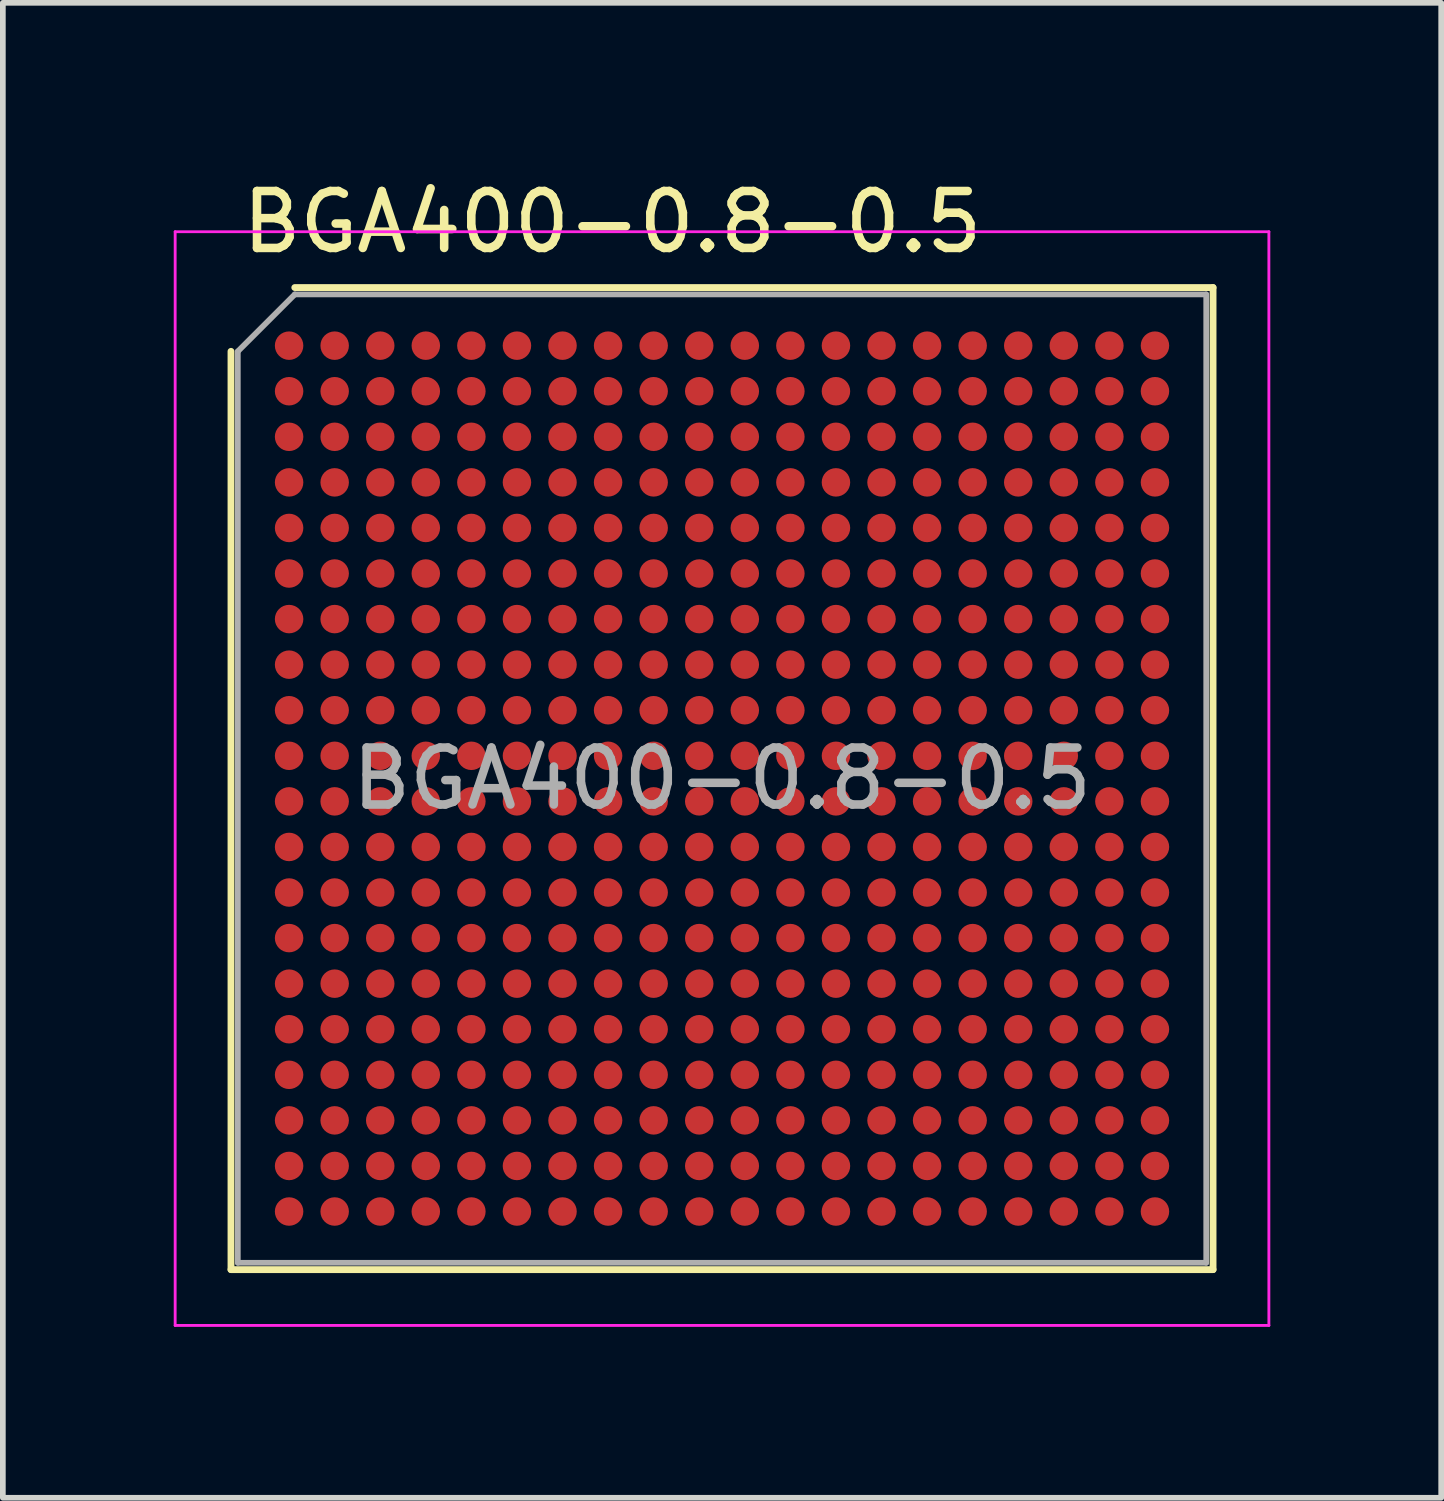
<source format=kicad_pcb>
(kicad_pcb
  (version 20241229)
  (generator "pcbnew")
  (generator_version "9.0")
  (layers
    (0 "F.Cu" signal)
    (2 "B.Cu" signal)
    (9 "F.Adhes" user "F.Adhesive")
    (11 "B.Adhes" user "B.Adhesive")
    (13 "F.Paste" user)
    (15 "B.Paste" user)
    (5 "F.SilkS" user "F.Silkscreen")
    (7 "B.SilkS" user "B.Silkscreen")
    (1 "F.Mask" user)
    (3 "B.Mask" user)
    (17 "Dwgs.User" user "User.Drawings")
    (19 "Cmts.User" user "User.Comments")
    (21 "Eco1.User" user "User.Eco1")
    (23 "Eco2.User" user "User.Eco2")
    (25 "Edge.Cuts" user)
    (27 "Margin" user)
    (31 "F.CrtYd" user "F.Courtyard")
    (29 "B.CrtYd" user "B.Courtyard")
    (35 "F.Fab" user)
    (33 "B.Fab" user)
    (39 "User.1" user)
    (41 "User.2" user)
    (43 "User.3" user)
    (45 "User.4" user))
  (footprint "BGA400-0.8-0.5"
    (layer "F.Cu")
    (at 9.625 10.618)
    (property "Reference" "BGA400-0.8-0.5" (at -8.5 -9.77 0) (layer "F.SilkS") (effects (font (size 1 1) (thickness 0.15)) (justify left)))
    (attr smd)
    (fp_line (start -8.62 -7.5) (end -8.62 8.62) (stroke (width 0.12) (type solid)) (layer "F.SilkS"))
    (fp_line (start -7.5 -8.62) (end 8.62 -8.62) (stroke (width 0.12) (type solid)) (layer "F.SilkS"))
    (fp_line (start 8.62 8.62) (end -8.62 8.62) (stroke (width 0.12) (type solid)) (layer "F.SilkS"))
    (fp_line (start 8.62 8.62) (end 8.62 -8.62) (stroke (width 0.12) (type solid)) (layer "F.SilkS"))
    (fp_line (start -9.6 -9.6) (end -9.6 9.6) (stroke (width 0.05) (type solid)) (layer "F.CrtYd"))
    (fp_line (start -9.6 -9.6) (end 9.6 -9.6) (stroke (width 0.05) (type solid)) (layer "F.CrtYd"))
    (fp_line (start 9.6 9.6) (end -9.6 9.6) (stroke (width 0.05) (type solid)) (layer "F.CrtYd"))
    (fp_line (start 9.6 9.6) (end 9.6 -9.6) (stroke (width 0.05) (type solid)) (layer "F.CrtYd"))
    (fp_line (start -8.5 -7.5) (end -8.5 8.5) (stroke (width 0.1) (type solid)) (layer "F.Fab"))
    (fp_line (start -7.5 -8.5) (end -8.5 -7.5) (stroke (width 0.1) (type solid)) (layer "F.Fab"))
    (fp_line (start -7.5 -8.5) (end 8.5 -8.5) (stroke (width 0.1) (type solid)) (layer "F.Fab"))
    (fp_line (start 8.5 8.5) (end -8.5 8.5) (stroke (width 0.1) (type solid)) (layer "F.Fab"))
    (fp_line (start 8.5 8.5) (end 8.5 -8.5) (stroke (width 0.1) (type solid)) (layer "F.Fab"))
    (fp_text user "${REFERENCE}" (at 0 0 0) (layer "F.Fab") (effects (font (size 1 1) (thickness 0.15))))
    (pad "A1" smd circle (at -7.6 -7.6) (size 0.5 0.5) (layers "F.Cu" "F.Mask" "F.Paste"))
    (pad "A2" smd circle (at -6.8 -7.6) (size 0.5 0.5) (layers "F.Cu" "F.Mask" "F.Paste"))
    (pad "A3" smd circle (at -6 -7.6) (size 0.5 0.5) (layers "F.Cu" "F.Mask" "F.Paste"))
    (pad "A4" smd circle (at -5.2 -7.6) (size 0.5 0.5) (layers "F.Cu" "F.Mask" "F.Paste"))
    (pad "A5" smd circle (at -4.4 -7.6) (size 0.5 0.5) (layers "F.Cu" "F.Mask" "F.Paste"))
    (pad "A6" smd circle (at -3.6 -7.6) (size 0.5 0.5) (layers "F.Cu" "F.Mask" "F.Paste"))
    (pad "A7" smd circle (at -2.8 -7.6) (size 0.5 0.5) (layers "F.Cu" "F.Mask" "F.Paste"))
    (pad "A8" smd circle (at -2 -7.6) (size 0.5 0.5) (layers "F.Cu" "F.Mask" "F.Paste"))
    (pad "A9" smd circle (at -1.2 -7.6) (size 0.5 0.5) (layers "F.Cu" "F.Mask" "F.Paste"))
    (pad "A10" smd circle (at -0.4 -7.6) (size 0.5 0.5) (layers "F.Cu" "F.Mask" "F.Paste"))
    (pad "A11" smd circle (at 0.4 -7.6) (size 0.5 0.5) (layers "F.Cu" "F.Mask" "F.Paste"))
    (pad "A12" smd circle (at 1.2 -7.6) (size 0.5 0.5) (layers "F.Cu" "F.Mask" "F.Paste"))
    (pad "A13" smd circle (at 2 -7.6) (size 0.5 0.5) (layers "F.Cu" "F.Mask" "F.Paste"))
    (pad "A14" smd circle (at 2.8 -7.6) (size 0.5 0.5) (layers "F.Cu" "F.Mask" "F.Paste"))
    (pad "A15" smd circle (at 3.6 -7.6) (size 0.5 0.5) (layers "F.Cu" "F.Mask" "F.Paste"))
    (pad "A16" smd circle (at 4.4 -7.6) (size 0.5 0.5) (layers "F.Cu" "F.Mask" "F.Paste"))
    (pad "A17" smd circle (at 5.2 -7.6) (size 0.5 0.5) (layers "F.Cu" "F.Mask" "F.Paste"))
    (pad "A18" smd circle (at 6 -7.6) (size 0.5 0.5) (layers "F.Cu" "F.Mask" "F.Paste"))
    (pad "A19" smd circle (at 6.8 -7.6) (size 0.5 0.5) (layers "F.Cu" "F.Mask" "F.Paste"))
    (pad "A20" smd circle (at 7.6 -7.6) (size 0.5 0.5) (layers "F.Cu" "F.Mask" "F.Paste"))
    (pad "B1" smd circle (at -7.6 -6.8) (size 0.5 0.5) (layers "F.Cu" "F.Mask" "F.Paste"))
    (pad "B2" smd circle (at -6.8 -6.8) (size 0.5 0.5) (layers "F.Cu" "F.Mask" "F.Paste"))
    (pad "B3" smd circle (at -6 -6.8) (size 0.5 0.5) (layers "F.Cu" "F.Mask" "F.Paste"))
    (pad "B4" smd circle (at -5.2 -6.8) (size 0.5 0.5) (layers "F.Cu" "F.Mask" "F.Paste"))
    (pad "B5" smd circle (at -4.4 -6.8) (size 0.5 0.5) (layers "F.Cu" "F.Mask" "F.Paste"))
    (pad "B6" smd circle (at -3.6 -6.8) (size 0.5 0.5) (layers "F.Cu" "F.Mask" "F.Paste"))
    (pad "B7" smd circle (at -2.8 -6.8) (size 0.5 0.5) (layers "F.Cu" "F.Mask" "F.Paste"))
    (pad "B8" smd circle (at -2 -6.8) (size 0.5 0.5) (layers "F.Cu" "F.Mask" "F.Paste"))
    (pad "B9" smd circle (at -1.2 -6.8) (size 0.5 0.5) (layers "F.Cu" "F.Mask" "F.Paste"))
    (pad "B10" smd circle (at -0.4 -6.8) (size 0.5 0.5) (layers "F.Cu" "F.Mask" "F.Paste"))
    (pad "B11" smd circle (at 0.4 -6.8) (size 0.5 0.5) (layers "F.Cu" "F.Mask" "F.Paste"))
    (pad "B12" smd circle (at 1.2 -6.8) (size 0.5 0.5) (layers "F.Cu" "F.Mask" "F.Paste"))
    (pad "B13" smd circle (at 2 -6.8) (size 0.5 0.5) (layers "F.Cu" "F.Mask" "F.Paste"))
    (pad "B14" smd circle (at 2.8 -6.8) (size 0.5 0.5) (layers "F.Cu" "F.Mask" "F.Paste"))
    (pad "B15" smd circle (at 3.6 -6.8) (size 0.5 0.5) (layers "F.Cu" "F.Mask" "F.Paste"))
    (pad "B16" smd circle (at 4.4 -6.8) (size 0.5 0.5) (layers "F.Cu" "F.Mask" "F.Paste"))
    (pad "B17" smd circle (at 5.2 -6.8) (size 0.5 0.5) (layers "F.Cu" "F.Mask" "F.Paste"))
    (pad "B18" smd circle (at 6 -6.8) (size 0.5 0.5) (layers "F.Cu" "F.Mask" "F.Paste"))
    (pad "B19" smd circle (at 6.8 -6.8) (size 0.5 0.5) (layers "F.Cu" "F.Mask" "F.Paste"))
    (pad "B20" smd circle (at 7.6 -6.8) (size 0.5 0.5) (layers "F.Cu" "F.Mask" "F.Paste"))
    (pad "C1" smd circle (at -7.6 -6) (size 0.5 0.5) (layers "F.Cu" "F.Mask" "F.Paste"))
    (pad "C2" smd circle (at -6.8 -6) (size 0.5 0.5) (layers "F.Cu" "F.Mask" "F.Paste"))
    (pad "C3" smd circle (at -6 -6) (size 0.5 0.5) (layers "F.Cu" "F.Mask" "F.Paste"))
    (pad "C4" smd circle (at -5.2 -6) (size 0.5 0.5) (layers "F.Cu" "F.Mask" "F.Paste"))
    (pad "C5" smd circle (at -4.4 -6) (size 0.5 0.5) (layers "F.Cu" "F.Mask" "F.Paste"))
    (pad "C6" smd circle (at -3.6 -6) (size 0.5 0.5) (layers "F.Cu" "F.Mask" "F.Paste"))
    (pad "C7" smd circle (at -2.8 -6) (size 0.5 0.5) (layers "F.Cu" "F.Mask" "F.Paste"))
    (pad "C8" smd circle (at -2 -6) (size 0.5 0.5) (layers "F.Cu" "F.Mask" "F.Paste"))
    (pad "C9" smd circle (at -1.2 -6) (size 0.5 0.5) (layers "F.Cu" "F.Mask" "F.Paste"))
    (pad "C10" smd circle (at -0.4 -6) (size 0.5 0.5) (layers "F.Cu" "F.Mask" "F.Paste"))
    (pad "C11" smd circle (at 0.4 -6) (size 0.5 0.5) (layers "F.Cu" "F.Mask" "F.Paste"))
    (pad "C12" smd circle (at 1.2 -6) (size 0.5 0.5) (layers "F.Cu" "F.Mask" "F.Paste"))
    (pad "C13" smd circle (at 2 -6) (size 0.5 0.5) (layers "F.Cu" "F.Mask" "F.Paste"))
    (pad "C14" smd circle (at 2.8 -6) (size 0.5 0.5) (layers "F.Cu" "F.Mask" "F.Paste"))
    (pad "C15" smd circle (at 3.6 -6) (size 0.5 0.5) (layers "F.Cu" "F.Mask" "F.Paste"))
    (pad "C16" smd circle (at 4.4 -6) (size 0.5 0.5) (layers "F.Cu" "F.Mask" "F.Paste"))
    (pad "C17" smd circle (at 5.2 -6) (size 0.5 0.5) (layers "F.Cu" "F.Mask" "F.Paste"))
    (pad "C18" smd circle (at 6 -6) (size 0.5 0.5) (layers "F.Cu" "F.Mask" "F.Paste"))
    (pad "C19" smd circle (at 6.8 -6) (size 0.5 0.5) (layers "F.Cu" "F.Mask" "F.Paste"))
    (pad "C20" smd circle (at 7.6 -6) (size 0.5 0.5) (layers "F.Cu" "F.Mask" "F.Paste"))
    (pad "D1" smd circle (at -7.6 -5.2) (size 0.5 0.5) (layers "F.Cu" "F.Mask" "F.Paste"))
    (pad "D2" smd circle (at -6.8 -5.2) (size 0.5 0.5) (layers "F.Cu" "F.Mask" "F.Paste"))
    (pad "D3" smd circle (at -6 -5.2) (size 0.5 0.5) (layers "F.Cu" "F.Mask" "F.Paste"))
    (pad "D4" smd circle (at -5.2 -5.2) (size 0.5 0.5) (layers "F.Cu" "F.Mask" "F.Paste"))
    (pad "D5" smd circle (at -4.4 -5.2) (size 0.5 0.5) (layers "F.Cu" "F.Mask" "F.Paste"))
    (pad "D6" smd circle (at -3.6 -5.2) (size 0.5 0.5) (layers "F.Cu" "F.Mask" "F.Paste"))
    (pad "D7" smd circle (at -2.8 -5.2) (size 0.5 0.5) (layers "F.Cu" "F.Mask" "F.Paste"))
    (pad "D8" smd circle (at -2 -5.2) (size 0.5 0.5) (layers "F.Cu" "F.Mask" "F.Paste"))
    (pad "D9" smd circle (at -1.2 -5.2) (size 0.5 0.5) (layers "F.Cu" "F.Mask" "F.Paste"))
    (pad "D10" smd circle (at -0.4 -5.2) (size 0.5 0.5) (layers "F.Cu" "F.Mask" "F.Paste"))
    (pad "D11" smd circle (at 0.4 -5.2) (size 0.5 0.5) (layers "F.Cu" "F.Mask" "F.Paste"))
    (pad "D12" smd circle (at 1.2 -5.2) (size 0.5 0.5) (layers "F.Cu" "F.Mask" "F.Paste"))
    (pad "D13" smd circle (at 2 -5.2) (size 0.5 0.5) (layers "F.Cu" "F.Mask" "F.Paste"))
    (pad "D14" smd circle (at 2.8 -5.2) (size 0.5 0.5) (layers "F.Cu" "F.Mask" "F.Paste"))
    (pad "D15" smd circle (at 3.6 -5.2) (size 0.5 0.5) (layers "F.Cu" "F.Mask" "F.Paste"))
    (pad "D16" smd circle (at 4.4 -5.2) (size 0.5 0.5) (layers "F.Cu" "F.Mask" "F.Paste"))
    (pad "D17" smd circle (at 5.2 -5.2) (size 0.5 0.5) (layers "F.Cu" "F.Mask" "F.Paste"))
    (pad "D18" smd circle (at 6 -5.2) (size 0.5 0.5) (layers "F.Cu" "F.Mask" "F.Paste"))
    (pad "D19" smd circle (at 6.8 -5.2) (size 0.5 0.5) (layers "F.Cu" "F.Mask" "F.Paste"))
    (pad "D20" smd circle (at 7.6 -5.2) (size 0.5 0.5) (layers "F.Cu" "F.Mask" "F.Paste"))
    (pad "E1" smd circle (at -7.6 -4.4) (size 0.5 0.5) (layers "F.Cu" "F.Mask" "F.Paste"))
    (pad "E2" smd circle (at -6.8 -4.4) (size 0.5 0.5) (layers "F.Cu" "F.Mask" "F.Paste"))
    (pad "E3" smd circle (at -6 -4.4) (size 0.5 0.5) (layers "F.Cu" "F.Mask" "F.Paste"))
    (pad "E4" smd circle (at -5.2 -4.4) (size 0.5 0.5) (layers "F.Cu" "F.Mask" "F.Paste"))
    (pad "E5" smd circle (at -4.4 -4.4) (size 0.5 0.5) (layers "F.Cu" "F.Mask" "F.Paste"))
    (pad "E6" smd circle (at -3.6 -4.4) (size 0.5 0.5) (layers "F.Cu" "F.Mask" "F.Paste"))
    (pad "E7" smd circle (at -2.8 -4.4) (size 0.5 0.5) (layers "F.Cu" "F.Mask" "F.Paste"))
    (pad "E8" smd circle (at -2 -4.4) (size 0.5 0.5) (layers "F.Cu" "F.Mask" "F.Paste"))
    (pad "E9" smd circle (at -1.2 -4.4) (size 0.5 0.5) (layers "F.Cu" "F.Mask" "F.Paste"))
    (pad "E10" smd circle (at -0.4 -4.4) (size 0.5 0.5) (layers "F.Cu" "F.Mask" "F.Paste"))
    (pad "E11" smd circle (at 0.4 -4.4) (size 0.5 0.5) (layers "F.Cu" "F.Mask" "F.Paste"))
    (pad "E12" smd circle (at 1.2 -4.4) (size 0.5 0.5) (layers "F.Cu" "F.Mask" "F.Paste"))
    (pad "E13" smd circle (at 2 -4.4) (size 0.5 0.5) (layers "F.Cu" "F.Mask" "F.Paste"))
    (pad "E14" smd circle (at 2.8 -4.4) (size 0.5 0.5) (layers "F.Cu" "F.Mask" "F.Paste"))
    (pad "E15" smd circle (at 3.6 -4.4) (size 0.5 0.5) (layers "F.Cu" "F.Mask" "F.Paste"))
    (pad "E16" smd circle (at 4.4 -4.4) (size 0.5 0.5) (layers "F.Cu" "F.Mask" "F.Paste"))
    (pad "E17" smd circle (at 5.2 -4.4) (size 0.5 0.5) (layers "F.Cu" "F.Mask" "F.Paste"))
    (pad "E18" smd circle (at 6 -4.4) (size 0.5 0.5) (layers "F.Cu" "F.Mask" "F.Paste"))
    (pad "E19" smd circle (at 6.8 -4.4) (size 0.5 0.5) (layers "F.Cu" "F.Mask" "F.Paste"))
    (pad "E20" smd circle (at 7.6 -4.4) (size 0.5 0.5) (layers "F.Cu" "F.Mask" "F.Paste"))
    (pad "F1" smd circle (at -7.6 -3.6) (size 0.5 0.5) (layers "F.Cu" "F.Mask" "F.Paste"))
    (pad "F2" smd circle (at -6.8 -3.6) (size 0.5 0.5) (layers "F.Cu" "F.Mask" "F.Paste"))
    (pad "F3" smd circle (at -6 -3.6) (size 0.5 0.5) (layers "F.Cu" "F.Mask" "F.Paste"))
    (pad "F4" smd circle (at -5.2 -3.6) (size 0.5 0.5) (layers "F.Cu" "F.Mask" "F.Paste"))
    (pad "F5" smd circle (at -4.4 -3.6) (size 0.5 0.5) (layers "F.Cu" "F.Mask" "F.Paste"))
    (pad "F6" smd circle (at -3.6 -3.6) (size 0.5 0.5) (layers "F.Cu" "F.Mask" "F.Paste"))
    (pad "F7" smd circle (at -2.8 -3.6) (size 0.5 0.5) (layers "F.Cu" "F.Mask" "F.Paste"))
    (pad "F8" smd circle (at -2 -3.6) (size 0.5 0.5) (layers "F.Cu" "F.Mask" "F.Paste"))
    (pad "F9" smd circle (at -1.2 -3.6) (size 0.5 0.5) (layers "F.Cu" "F.Mask" "F.Paste"))
    (pad "F10" smd circle (at -0.4 -3.6) (size 0.5 0.5) (layers "F.Cu" "F.Mask" "F.Paste"))
    (pad "F11" smd circle (at 0.4 -3.6) (size 0.5 0.5) (layers "F.Cu" "F.Mask" "F.Paste"))
    (pad "F12" smd circle (at 1.2 -3.6) (size 0.5 0.5) (layers "F.Cu" "F.Mask" "F.Paste"))
    (pad "F13" smd circle (at 2 -3.6) (size 0.5 0.5) (layers "F.Cu" "F.Mask" "F.Paste"))
    (pad "F14" smd circle (at 2.8 -3.6) (size 0.5 0.5) (layers "F.Cu" "F.Mask" "F.Paste"))
    (pad "F15" smd circle (at 3.6 -3.6) (size 0.5 0.5) (layers "F.Cu" "F.Mask" "F.Paste"))
    (pad "F16" smd circle (at 4.4 -3.6) (size 0.5 0.5) (layers "F.Cu" "F.Mask" "F.Paste"))
    (pad "F17" smd circle (at 5.2 -3.6) (size 0.5 0.5) (layers "F.Cu" "F.Mask" "F.Paste"))
    (pad "F18" smd circle (at 6 -3.6) (size 0.5 0.5) (layers "F.Cu" "F.Mask" "F.Paste"))
    (pad "F19" smd circle (at 6.8 -3.6) (size 0.5 0.5) (layers "F.Cu" "F.Mask" "F.Paste"))
    (pad "F20" smd circle (at 7.6 -3.6) (size 0.5 0.5) (layers "F.Cu" "F.Mask" "F.Paste"))
    (pad "G1" smd circle (at -7.6 -2.8) (size 0.5 0.5) (layers "F.Cu" "F.Mask" "F.Paste"))
    (pad "G2" smd circle (at -6.8 -2.8) (size 0.5 0.5) (layers "F.Cu" "F.Mask" "F.Paste"))
    (pad "G3" smd circle (at -6 -2.8) (size 0.5 0.5) (layers "F.Cu" "F.Mask" "F.Paste"))
    (pad "G4" smd circle (at -5.2 -2.8) (size 0.5 0.5) (layers "F.Cu" "F.Mask" "F.Paste"))
    (pad "G5" smd circle (at -4.4 -2.8) (size 0.5 0.5) (layers "F.Cu" "F.Mask" "F.Paste"))
    (pad "G6" smd circle (at -3.6 -2.8) (size 0.5 0.5) (layers "F.Cu" "F.Mask" "F.Paste"))
    (pad "G7" smd circle (at -2.8 -2.8) (size 0.5 0.5) (layers "F.Cu" "F.Mask" "F.Paste"))
    (pad "G8" smd circle (at -2 -2.8) (size 0.5 0.5) (layers "F.Cu" "F.Mask" "F.Paste"))
    (pad "G9" smd circle (at -1.2 -2.8) (size 0.5 0.5) (layers "F.Cu" "F.Mask" "F.Paste"))
    (pad "G10" smd circle (at -0.4 -2.8) (size 0.5 0.5) (layers "F.Cu" "F.Mask" "F.Paste"))
    (pad "G11" smd circle (at 0.4 -2.8) (size 0.5 0.5) (layers "F.Cu" "F.Mask" "F.Paste"))
    (pad "G12" smd circle (at 1.2 -2.8) (size 0.5 0.5) (layers "F.Cu" "F.Mask" "F.Paste"))
    (pad "G13" smd circle (at 2 -2.8) (size 0.5 0.5) (layers "F.Cu" "F.Mask" "F.Paste"))
    (pad "G14" smd circle (at 2.8 -2.8) (size 0.5 0.5) (layers "F.Cu" "F.Mask" "F.Paste"))
    (pad "G15" smd circle (at 3.6 -2.8) (size 0.5 0.5) (layers "F.Cu" "F.Mask" "F.Paste"))
    (pad "G16" smd circle (at 4.4 -2.8) (size 0.5 0.5) (layers "F.Cu" "F.Mask" "F.Paste"))
    (pad "G17" smd circle (at 5.2 -2.8) (size 0.5 0.5) (layers "F.Cu" "F.Mask" "F.Paste"))
    (pad "G18" smd circle (at 6 -2.8) (size 0.5 0.5) (layers "F.Cu" "F.Mask" "F.Paste"))
    (pad "G19" smd circle (at 6.8 -2.8) (size 0.5 0.5) (layers "F.Cu" "F.Mask" "F.Paste"))
    (pad "G20" smd circle (at 7.6 -2.8) (size 0.5 0.5) (layers "F.Cu" "F.Mask" "F.Paste"))
    (pad "H1" smd circle (at -7.6 -2) (size 0.5 0.5) (layers "F.Cu" "F.Mask" "F.Paste"))
    (pad "H2" smd circle (at -6.8 -2) (size 0.5 0.5) (layers "F.Cu" "F.Mask" "F.Paste"))
    (pad "H3" smd circle (at -6 -2) (size 0.5 0.5) (layers "F.Cu" "F.Mask" "F.Paste"))
    (pad "H4" smd circle (at -5.2 -2) (size 0.5 0.5) (layers "F.Cu" "F.Mask" "F.Paste"))
    (pad "H5" smd circle (at -4.4 -2) (size 0.5 0.5) (layers "F.Cu" "F.Mask" "F.Paste"))
    (pad "H6" smd circle (at -3.6 -2) (size 0.5 0.5) (layers "F.Cu" "F.Mask" "F.Paste"))
    (pad "H7" smd circle (at -2.8 -2) (size 0.5 0.5) (layers "F.Cu" "F.Mask" "F.Paste"))
    (pad "H8" smd circle (at -2 -2) (size 0.5 0.5) (layers "F.Cu" "F.Mask" "F.Paste"))
    (pad "H9" smd circle (at -1.2 -2) (size 0.5 0.5) (layers "F.Cu" "F.Mask" "F.Paste"))
    (pad "H10" smd circle (at -0.4 -2) (size 0.5 0.5) (layers "F.Cu" "F.Mask" "F.Paste"))
    (pad "H11" smd circle (at 0.4 -2) (size 0.5 0.5) (layers "F.Cu" "F.Mask" "F.Paste"))
    (pad "H12" smd circle (at 1.2 -2) (size 0.5 0.5) (layers "F.Cu" "F.Mask" "F.Paste"))
    (pad "H13" smd circle (at 2 -2) (size 0.5 0.5) (layers "F.Cu" "F.Mask" "F.Paste"))
    (pad "H14" smd circle (at 2.8 -2) (size 0.5 0.5) (layers "F.Cu" "F.Mask" "F.Paste"))
    (pad "H15" smd circle (at 3.6 -2) (size 0.5 0.5) (layers "F.Cu" "F.Mask" "F.Paste"))
    (pad "H16" smd circle (at 4.4 -2) (size 0.5 0.5) (layers "F.Cu" "F.Mask" "F.Paste"))
    (pad "H17" smd circle (at 5.2 -2) (size 0.5 0.5) (layers "F.Cu" "F.Mask" "F.Paste"))
    (pad "H18" smd circle (at 6 -2) (size 0.5 0.5) (layers "F.Cu" "F.Mask" "F.Paste"))
    (pad "H19" smd circle (at 6.8 -2) (size 0.5 0.5) (layers "F.Cu" "F.Mask" "F.Paste"))
    (pad "H20" smd circle (at 7.6 -2) (size 0.5 0.5) (layers "F.Cu" "F.Mask" "F.Paste"))
    (pad "J1" smd circle (at -7.6 -1.2) (size 0.5 0.5) (layers "F.Cu" "F.Mask" "F.Paste"))
    (pad "J2" smd circle (at -6.8 -1.2) (size 0.5 0.5) (layers "F.Cu" "F.Mask" "F.Paste"))
    (pad "J3" smd circle (at -6 -1.2) (size 0.5 0.5) (layers "F.Cu" "F.Mask" "F.Paste"))
    (pad "J4" smd circle (at -5.2 -1.2) (size 0.5 0.5) (layers "F.Cu" "F.Mask" "F.Paste"))
    (pad "J5" smd circle (at -4.4 -1.2) (size 0.5 0.5) (layers "F.Cu" "F.Mask" "F.Paste"))
    (pad "J6" smd circle (at -3.6 -1.2) (size 0.5 0.5) (layers "F.Cu" "F.Mask" "F.Paste"))
    (pad "J7" smd circle (at -2.8 -1.2) (size 0.5 0.5) (layers "F.Cu" "F.Mask" "F.Paste"))
    (pad "J8" smd circle (at -2 -1.2) (size 0.5 0.5) (layers "F.Cu" "F.Mask" "F.Paste"))
    (pad "J9" smd circle (at -1.2 -1.2) (size 0.5 0.5) (layers "F.Cu" "F.Mask" "F.Paste"))
    (pad "J10" smd circle (at -0.4 -1.2) (size 0.5 0.5) (layers "F.Cu" "F.Mask" "F.Paste"))
    (pad "J11" smd circle (at 0.4 -1.2) (size 0.5 0.5) (layers "F.Cu" "F.Mask" "F.Paste"))
    (pad "J12" smd circle (at 1.2 -1.2) (size 0.5 0.5) (layers "F.Cu" "F.Mask" "F.Paste"))
    (pad "J13" smd circle (at 2 -1.2) (size 0.5 0.5) (layers "F.Cu" "F.Mask" "F.Paste"))
    (pad "J14" smd circle (at 2.8 -1.2) (size 0.5 0.5) (layers "F.Cu" "F.Mask" "F.Paste"))
    (pad "J15" smd circle (at 3.6 -1.2) (size 0.5 0.5) (layers "F.Cu" "F.Mask" "F.Paste"))
    (pad "J16" smd circle (at 4.4 -1.2) (size 0.5 0.5) (layers "F.Cu" "F.Mask" "F.Paste"))
    (pad "J17" smd circle (at 5.2 -1.2) (size 0.5 0.5) (layers "F.Cu" "F.Mask" "F.Paste"))
    (pad "J18" smd circle (at 6 -1.2) (size 0.5 0.5) (layers "F.Cu" "F.Mask" "F.Paste"))
    (pad "J19" smd circle (at 6.8 -1.2) (size 0.5 0.5) (layers "F.Cu" "F.Mask" "F.Paste"))
    (pad "J20" smd circle (at 7.6 -1.2) (size 0.5 0.5) (layers "F.Cu" "F.Mask" "F.Paste"))
    (pad "K1" smd circle (at -7.6 -0.4) (size 0.5 0.5) (layers "F.Cu" "F.Mask" "F.Paste"))
    (pad "K2" smd circle (at -6.8 -0.4) (size 0.5 0.5) (layers "F.Cu" "F.Mask" "F.Paste"))
    (pad "K3" smd circle (at -6 -0.4) (size 0.5 0.5) (layers "F.Cu" "F.Mask" "F.Paste"))
    (pad "K4" smd circle (at -5.2 -0.4) (size 0.5 0.5) (layers "F.Cu" "F.Mask" "F.Paste"))
    (pad "K5" smd circle (at -4.4 -0.4) (size 0.5 0.5) (layers "F.Cu" "F.Mask" "F.Paste"))
    (pad "K6" smd circle (at -3.6 -0.4) (size 0.5 0.5) (layers "F.Cu" "F.Mask" "F.Paste"))
    (pad "K7" smd circle (at -2.8 -0.4) (size 0.5 0.5) (layers "F.Cu" "F.Mask" "F.Paste"))
    (pad "K8" smd circle (at -2 -0.4) (size 0.5 0.5) (layers "F.Cu" "F.Mask" "F.Paste"))
    (pad "K9" smd circle (at -1.2 -0.4) (size 0.5 0.5) (layers "F.Cu" "F.Mask" "F.Paste"))
    (pad "K10" smd circle (at -0.4 -0.4) (size 0.5 0.5) (layers "F.Cu" "F.Mask" "F.Paste"))
    (pad "K11" smd circle (at 0.4 -0.4) (size 0.5 0.5) (layers "F.Cu" "F.Mask" "F.Paste"))
    (pad "K12" smd circle (at 1.2 -0.4) (size 0.5 0.5) (layers "F.Cu" "F.Mask" "F.Paste"))
    (pad "K13" smd circle (at 2 -0.4) (size 0.5 0.5) (layers "F.Cu" "F.Mask" "F.Paste"))
    (pad "K14" smd circle (at 2.8 -0.4) (size 0.5 0.5) (layers "F.Cu" "F.Mask" "F.Paste"))
    (pad "K15" smd circle (at 3.6 -0.4) (size 0.5 0.5) (layers "F.Cu" "F.Mask" "F.Paste"))
    (pad "K16" smd circle (at 4.4 -0.4) (size 0.5 0.5) (layers "F.Cu" "F.Mask" "F.Paste"))
    (pad "K17" smd circle (at 5.2 -0.4) (size 0.5 0.5) (layers "F.Cu" "F.Mask" "F.Paste"))
    (pad "K18" smd circle (at 6 -0.4) (size 0.5 0.5) (layers "F.Cu" "F.Mask" "F.Paste"))
    (pad "K19" smd circle (at 6.8 -0.4) (size 0.5 0.5) (layers "F.Cu" "F.Mask" "F.Paste"))
    (pad "K20" smd circle (at 7.6 -0.4) (size 0.5 0.5) (layers "F.Cu" "F.Mask" "F.Paste"))
    (pad "L1" smd circle (at -7.6 0.4) (size 0.5 0.5) (layers "F.Cu" "F.Mask" "F.Paste"))
    (pad "L2" smd circle (at -6.8 0.4) (size 0.5 0.5) (layers "F.Cu" "F.Mask" "F.Paste"))
    (pad "L3" smd circle (at -6 0.4) (size 0.5 0.5) (layers "F.Cu" "F.Mask" "F.Paste"))
    (pad "L4" smd circle (at -5.2 0.4) (size 0.5 0.5) (layers "F.Cu" "F.Mask" "F.Paste"))
    (pad "L5" smd circle (at -4.4 0.4) (size 0.5 0.5) (layers "F.Cu" "F.Mask" "F.Paste"))
    (pad "L6" smd circle (at -3.6 0.4) (size 0.5 0.5) (layers "F.Cu" "F.Mask" "F.Paste"))
    (pad "L7" smd circle (at -2.8 0.4) (size 0.5 0.5) (layers "F.Cu" "F.Mask" "F.Paste"))
    (pad "L8" smd circle (at -2 0.4) (size 0.5 0.5) (layers "F.Cu" "F.Mask" "F.Paste"))
    (pad "L9" smd circle (at -1.2 0.4) (size 0.5 0.5) (layers "F.Cu" "F.Mask" "F.Paste"))
    (pad "L10" smd circle (at -0.4 0.4) (size 0.5 0.5) (layers "F.Cu" "F.Mask" "F.Paste"))
    (pad "L11" smd circle (at 0.4 0.4) (size 0.5 0.5) (layers "F.Cu" "F.Mask" "F.Paste"))
    (pad "L12" smd circle (at 1.2 0.4) (size 0.5 0.5) (layers "F.Cu" "F.Mask" "F.Paste"))
    (pad "L13" smd circle (at 2 0.4) (size 0.5 0.5) (layers "F.Cu" "F.Mask" "F.Paste"))
    (pad "L14" smd circle (at 2.8 0.4) (size 0.5 0.5) (layers "F.Cu" "F.Mask" "F.Paste"))
    (pad "L15" smd circle (at 3.6 0.4) (size 0.5 0.5) (layers "F.Cu" "F.Mask" "F.Paste"))
    (pad "L16" smd circle (at 4.4 0.4) (size 0.5 0.5) (layers "F.Cu" "F.Mask" "F.Paste"))
    (pad "L17" smd circle (at 5.2 0.4) (size 0.5 0.5) (layers "F.Cu" "F.Mask" "F.Paste"))
    (pad "L18" smd circle (at 6 0.4) (size 0.5 0.5) (layers "F.Cu" "F.Mask" "F.Paste"))
    (pad "L19" smd circle (at 6.8 0.4) (size 0.5 0.5) (layers "F.Cu" "F.Mask" "F.Paste"))
    (pad "L20" smd circle (at 7.6 0.4) (size 0.5 0.5) (layers "F.Cu" "F.Mask" "F.Paste"))
    (pad "M1" smd circle (at -7.6 1.2) (size 0.5 0.5) (layers "F.Cu" "F.Mask" "F.Paste"))
    (pad "M2" smd circle (at -6.8 1.2) (size 0.5 0.5) (layers "F.Cu" "F.Mask" "F.Paste"))
    (pad "M3" smd circle (at -6 1.2) (size 0.5 0.5) (layers "F.Cu" "F.Mask" "F.Paste"))
    (pad "M4" smd circle (at -5.2 1.2) (size 0.5 0.5) (layers "F.Cu" "F.Mask" "F.Paste"))
    (pad "M5" smd circle (at -4.4 1.2) (size 0.5 0.5) (layers "F.Cu" "F.Mask" "F.Paste"))
    (pad "M6" smd circle (at -3.6 1.2) (size 0.5 0.5) (layers "F.Cu" "F.Mask" "F.Paste"))
    (pad "M7" smd circle (at -2.8 1.2) (size 0.5 0.5) (layers "F.Cu" "F.Mask" "F.Paste"))
    (pad "M8" smd circle (at -2 1.2) (size 0.5 0.5) (layers "F.Cu" "F.Mask" "F.Paste"))
    (pad "M9" smd circle (at -1.2 1.2) (size 0.5 0.5) (layers "F.Cu" "F.Mask" "F.Paste"))
    (pad "M10" smd circle (at -0.4 1.2) (size 0.5 0.5) (layers "F.Cu" "F.Mask" "F.Paste"))
    (pad "M11" smd circle (at 0.4 1.2) (size 0.5 0.5) (layers "F.Cu" "F.Mask" "F.Paste"))
    (pad "M12" smd circle (at 1.2 1.2) (size 0.5 0.5) (layers "F.Cu" "F.Mask" "F.Paste"))
    (pad "M13" smd circle (at 2 1.2) (size 0.5 0.5) (layers "F.Cu" "F.Mask" "F.Paste"))
    (pad "M14" smd circle (at 2.8 1.2) (size 0.5 0.5) (layers "F.Cu" "F.Mask" "F.Paste"))
    (pad "M15" smd circle (at 3.6 1.2) (size 0.5 0.5) (layers "F.Cu" "F.Mask" "F.Paste"))
    (pad "M16" smd circle (at 4.4 1.2) (size 0.5 0.5) (layers "F.Cu" "F.Mask" "F.Paste"))
    (pad "M17" smd circle (at 5.2 1.2) (size 0.5 0.5) (layers "F.Cu" "F.Mask" "F.Paste"))
    (pad "M18" smd circle (at 6 1.2) (size 0.5 0.5) (layers "F.Cu" "F.Mask" "F.Paste"))
    (pad "M19" smd circle (at 6.8 1.2) (size 0.5 0.5) (layers "F.Cu" "F.Mask" "F.Paste"))
    (pad "M20" smd circle (at 7.6 1.2) (size 0.5 0.5) (layers "F.Cu" "F.Mask" "F.Paste"))
    (pad "N1" smd circle (at -7.6 2) (size 0.5 0.5) (layers "F.Cu" "F.Mask" "F.Paste"))
    (pad "N2" smd circle (at -6.8 2) (size 0.5 0.5) (layers "F.Cu" "F.Mask" "F.Paste"))
    (pad "N3" smd circle (at -6 2) (size 0.5 0.5) (layers "F.Cu" "F.Mask" "F.Paste"))
    (pad "N4" smd circle (at -5.2 2) (size 0.5 0.5) (layers "F.Cu" "F.Mask" "F.Paste"))
    (pad "N5" smd circle (at -4.4 2) (size 0.5 0.5) (layers "F.Cu" "F.Mask" "F.Paste"))
    (pad "N6" smd circle (at -3.6 2) (size 0.5 0.5) (layers "F.Cu" "F.Mask" "F.Paste"))
    (pad "N7" smd circle (at -2.8 2) (size 0.5 0.5) (layers "F.Cu" "F.Mask" "F.Paste"))
    (pad "N8" smd circle (at -2 2) (size 0.5 0.5) (layers "F.Cu" "F.Mask" "F.Paste"))
    (pad "N9" smd circle (at -1.2 2) (size 0.5 0.5) (layers "F.Cu" "F.Mask" "F.Paste"))
    (pad "N10" smd circle (at -0.4 2) (size 0.5 0.5) (layers "F.Cu" "F.Mask" "F.Paste"))
    (pad "N11" smd circle (at 0.4 2) (size 0.5 0.5) (layers "F.Cu" "F.Mask" "F.Paste"))
    (pad "N12" smd circle (at 1.2 2) (size 0.5 0.5) (layers "F.Cu" "F.Mask" "F.Paste"))
    (pad "N13" smd circle (at 2 2) (size 0.5 0.5) (layers "F.Cu" "F.Mask" "F.Paste"))
    (pad "N14" smd circle (at 2.8 2) (size 0.5 0.5) (layers "F.Cu" "F.Mask" "F.Paste"))
    (pad "N15" smd circle (at 3.6 2) (size 0.5 0.5) (layers "F.Cu" "F.Mask" "F.Paste"))
    (pad "N16" smd circle (at 4.4 2) (size 0.5 0.5) (layers "F.Cu" "F.Mask" "F.Paste"))
    (pad "N17" smd circle (at 5.2 2) (size 0.5 0.5) (layers "F.Cu" "F.Mask" "F.Paste"))
    (pad "N18" smd circle (at 6 2) (size 0.5 0.5) (layers "F.Cu" "F.Mask" "F.Paste"))
    (pad "N19" smd circle (at 6.8 2) (size 0.5 0.5) (layers "F.Cu" "F.Mask" "F.Paste"))
    (pad "N20" smd circle (at 7.6 2) (size 0.5 0.5) (layers "F.Cu" "F.Mask" "F.Paste"))
    (pad "P1" smd circle (at -7.6 2.8) (size 0.5 0.5) (layers "F.Cu" "F.Mask" "F.Paste"))
    (pad "P2" smd circle (at -6.8 2.8) (size 0.5 0.5) (layers "F.Cu" "F.Mask" "F.Paste"))
    (pad "P3" smd circle (at -6 2.8) (size 0.5 0.5) (layers "F.Cu" "F.Mask" "F.Paste"))
    (pad "P4" smd circle (at -5.2 2.8) (size 0.5 0.5) (layers "F.Cu" "F.Mask" "F.Paste"))
    (pad "P5" smd circle (at -4.4 2.8) (size 0.5 0.5) (layers "F.Cu" "F.Mask" "F.Paste"))
    (pad "P6" smd circle (at -3.6 2.8) (size 0.5 0.5) (layers "F.Cu" "F.Mask" "F.Paste"))
    (pad "P7" smd circle (at -2.8 2.8) (size 0.5 0.5) (layers "F.Cu" "F.Mask" "F.Paste"))
    (pad "P8" smd circle (at -2 2.8) (size 0.5 0.5) (layers "F.Cu" "F.Mask" "F.Paste"))
    (pad "P9" smd circle (at -1.2 2.8) (size 0.5 0.5) (layers "F.Cu" "F.Mask" "F.Paste"))
    (pad "P10" smd circle (at -0.4 2.8) (size 0.5 0.5) (layers "F.Cu" "F.Mask" "F.Paste"))
    (pad "P11" smd circle (at 0.4 2.8) (size 0.5 0.5) (layers "F.Cu" "F.Mask" "F.Paste"))
    (pad "P12" smd circle (at 1.2 2.8) (size 0.5 0.5) (layers "F.Cu" "F.Mask" "F.Paste"))
    (pad "P13" smd circle (at 2 2.8) (size 0.5 0.5) (layers "F.Cu" "F.Mask" "F.Paste"))
    (pad "P14" smd circle (at 2.8 2.8) (size 0.5 0.5) (layers "F.Cu" "F.Mask" "F.Paste"))
    (pad "P15" smd circle (at 3.6 2.8) (size 0.5 0.5) (layers "F.Cu" "F.Mask" "F.Paste"))
    (pad "P16" smd circle (at 4.4 2.8) (size 0.5 0.5) (layers "F.Cu" "F.Mask" "F.Paste"))
    (pad "P17" smd circle (at 5.2 2.8) (size 0.5 0.5) (layers "F.Cu" "F.Mask" "F.Paste"))
    (pad "P18" smd circle (at 6 2.8) (size 0.5 0.5) (layers "F.Cu" "F.Mask" "F.Paste"))
    (pad "P19" smd circle (at 6.8 2.8) (size 0.5 0.5) (layers "F.Cu" "F.Mask" "F.Paste"))
    (pad "P20" smd circle (at 7.6 2.8) (size 0.5 0.5) (layers "F.Cu" "F.Mask" "F.Paste"))
    (pad "R1" smd circle (at -7.6 3.6) (size 0.5 0.5) (layers "F.Cu" "F.Mask" "F.Paste"))
    (pad "R2" smd circle (at -6.8 3.6) (size 0.5 0.5) (layers "F.Cu" "F.Mask" "F.Paste"))
    (pad "R3" smd circle (at -6 3.6) (size 0.5 0.5) (layers "F.Cu" "F.Mask" "F.Paste"))
    (pad "R4" smd circle (at -5.2 3.6) (size 0.5 0.5) (layers "F.Cu" "F.Mask" "F.Paste"))
    (pad "R5" smd circle (at -4.4 3.6) (size 0.5 0.5) (layers "F.Cu" "F.Mask" "F.Paste"))
    (pad "R6" smd circle (at -3.6 3.6) (size 0.5 0.5) (layers "F.Cu" "F.Mask" "F.Paste"))
    (pad "R7" smd circle (at -2.8 3.6) (size 0.5 0.5) (layers "F.Cu" "F.Mask" "F.Paste"))
    (pad "R8" smd circle (at -2 3.6) (size 0.5 0.5) (layers "F.Cu" "F.Mask" "F.Paste"))
    (pad "R9" smd circle (at -1.2 3.6) (size 0.5 0.5) (layers "F.Cu" "F.Mask" "F.Paste"))
    (pad "R10" smd circle (at -0.4 3.6) (size 0.5 0.5) (layers "F.Cu" "F.Mask" "F.Paste"))
    (pad "R11" smd circle (at 0.4 3.6) (size 0.5 0.5) (layers "F.Cu" "F.Mask" "F.Paste"))
    (pad "R12" smd circle (at 1.2 3.6) (size 0.5 0.5) (layers "F.Cu" "F.Mask" "F.Paste"))
    (pad "R13" smd circle (at 2 3.6) (size 0.5 0.5) (layers "F.Cu" "F.Mask" "F.Paste"))
    (pad "R14" smd circle (at 2.8 3.6) (size 0.5 0.5) (layers "F.Cu" "F.Mask" "F.Paste"))
    (pad "R15" smd circle (at 3.6 3.6) (size 0.5 0.5) (layers "F.Cu" "F.Mask" "F.Paste"))
    (pad "R16" smd circle (at 4.4 3.6) (size 0.5 0.5) (layers "F.Cu" "F.Mask" "F.Paste"))
    (pad "R17" smd circle (at 5.2 3.6) (size 0.5 0.5) (layers "F.Cu" "F.Mask" "F.Paste"))
    (pad "R18" smd circle (at 6 3.6) (size 0.5 0.5) (layers "F.Cu" "F.Mask" "F.Paste"))
    (pad "R19" smd circle (at 6.8 3.6) (size 0.5 0.5) (layers "F.Cu" "F.Mask" "F.Paste"))
    (pad "R20" smd circle (at 7.6 3.6) (size 0.5 0.5) (layers "F.Cu" "F.Mask" "F.Paste"))
    (pad "T1" smd circle (at -7.6 4.4) (size 0.5 0.5) (layers "F.Cu" "F.Mask" "F.Paste"))
    (pad "T2" smd circle (at -6.8 4.4) (size 0.5 0.5) (layers "F.Cu" "F.Mask" "F.Paste"))
    (pad "T3" smd circle (at -6 4.4) (size 0.5 0.5) (layers "F.Cu" "F.Mask" "F.Paste"))
    (pad "T4" smd circle (at -5.2 4.4) (size 0.5 0.5) (layers "F.Cu" "F.Mask" "F.Paste"))
    (pad "T5" smd circle (at -4.4 4.4) (size 0.5 0.5) (layers "F.Cu" "F.Mask" "F.Paste"))
    (pad "T6" smd circle (at -3.6 4.4) (size 0.5 0.5) (layers "F.Cu" "F.Mask" "F.Paste"))
    (pad "T7" smd circle (at -2.8 4.4) (size 0.5 0.5) (layers "F.Cu" "F.Mask" "F.Paste"))
    (pad "T8" smd circle (at -2 4.4) (size 0.5 0.5) (layers "F.Cu" "F.Mask" "F.Paste"))
    (pad "T9" smd circle (at -1.2 4.4) (size 0.5 0.5) (layers "F.Cu" "F.Mask" "F.Paste"))
    (pad "T10" smd circle (at -0.4 4.4) (size 0.5 0.5) (layers "F.Cu" "F.Mask" "F.Paste"))
    (pad "T11" smd circle (at 0.4 4.4) (size 0.5 0.5) (layers "F.Cu" "F.Mask" "F.Paste"))
    (pad "T12" smd circle (at 1.2 4.4) (size 0.5 0.5) (layers "F.Cu" "F.Mask" "F.Paste"))
    (pad "T13" smd circle (at 2 4.4) (size 0.5 0.5) (layers "F.Cu" "F.Mask" "F.Paste"))
    (pad "T14" smd circle (at 2.8 4.4) (size 0.5 0.5) (layers "F.Cu" "F.Mask" "F.Paste"))
    (pad "T15" smd circle (at 3.6 4.4) (size 0.5 0.5) (layers "F.Cu" "F.Mask" "F.Paste"))
    (pad "T16" smd circle (at 4.4 4.4) (size 0.5 0.5) (layers "F.Cu" "F.Mask" "F.Paste"))
    (pad "T17" smd circle (at 5.2 4.4) (size 0.5 0.5) (layers "F.Cu" "F.Mask" "F.Paste"))
    (pad "T18" smd circle (at 6 4.4) (size 0.5 0.5) (layers "F.Cu" "F.Mask" "F.Paste"))
    (pad "T19" smd circle (at 6.8 4.4) (size 0.5 0.5) (layers "F.Cu" "F.Mask" "F.Paste"))
    (pad "T20" smd circle (at 7.6 4.4) (size 0.5 0.5) (layers "F.Cu" "F.Mask" "F.Paste"))
    (pad "U1" smd circle (at -7.6 5.2) (size 0.5 0.5) (layers "F.Cu" "F.Mask" "F.Paste"))
    (pad "U2" smd circle (at -6.8 5.2) (size 0.5 0.5) (layers "F.Cu" "F.Mask" "F.Paste"))
    (pad "U3" smd circle (at -6 5.2) (size 0.5 0.5) (layers "F.Cu" "F.Mask" "F.Paste"))
    (pad "U4" smd circle (at -5.2 5.2) (size 0.5 0.5) (layers "F.Cu" "F.Mask" "F.Paste"))
    (pad "U5" smd circle (at -4.4 5.2) (size 0.5 0.5) (layers "F.Cu" "F.Mask" "F.Paste"))
    (pad "U6" smd circle (at -3.6 5.2) (size 0.5 0.5) (layers "F.Cu" "F.Mask" "F.Paste"))
    (pad "U7" smd circle (at -2.8 5.2) (size 0.5 0.5) (layers "F.Cu" "F.Mask" "F.Paste"))
    (pad "U8" smd circle (at -2 5.2) (size 0.5 0.5) (layers "F.Cu" "F.Mask" "F.Paste"))
    (pad "U9" smd circle (at -1.2 5.2) (size 0.5 0.5) (layers "F.Cu" "F.Mask" "F.Paste"))
    (pad "U10" smd circle (at -0.4 5.2) (size 0.5 0.5) (layers "F.Cu" "F.Mask" "F.Paste"))
    (pad "U11" smd circle (at 0.4 5.2) (size 0.5 0.5) (layers "F.Cu" "F.Mask" "F.Paste"))
    (pad "U12" smd circle (at 1.2 5.2) (size 0.5 0.5) (layers "F.Cu" "F.Mask" "F.Paste"))
    (pad "U13" smd circle (at 2 5.2) (size 0.5 0.5) (layers "F.Cu" "F.Mask" "F.Paste"))
    (pad "U14" smd circle (at 2.8 5.2) (size 0.5 0.5) (layers "F.Cu" "F.Mask" "F.Paste"))
    (pad "U15" smd circle (at 3.6 5.2) (size 0.5 0.5) (layers "F.Cu" "F.Mask" "F.Paste"))
    (pad "U16" smd circle (at 4.4 5.2) (size 0.5 0.5) (layers "F.Cu" "F.Mask" "F.Paste"))
    (pad "U17" smd circle (at 5.2 5.2) (size 0.5 0.5) (layers "F.Cu" "F.Mask" "F.Paste"))
    (pad "U18" smd circle (at 6 5.2) (size 0.5 0.5) (layers "F.Cu" "F.Mask" "F.Paste"))
    (pad "U19" smd circle (at 6.8 5.2) (size 0.5 0.5) (layers "F.Cu" "F.Mask" "F.Paste"))
    (pad "U20" smd circle (at 7.6 5.2) (size 0.5 0.5) (layers "F.Cu" "F.Mask" "F.Paste"))
    (pad "V1" smd circle (at -7.6 6) (size 0.5 0.5) (layers "F.Cu" "F.Mask" "F.Paste"))
    (pad "V2" smd circle (at -6.8 6) (size 0.5 0.5) (layers "F.Cu" "F.Mask" "F.Paste"))
    (pad "V3" smd circle (at -6 6) (size 0.5 0.5) (layers "F.Cu" "F.Mask" "F.Paste"))
    (pad "V4" smd circle (at -5.2 6) (size 0.5 0.5) (layers "F.Cu" "F.Mask" "F.Paste"))
    (pad "V5" smd circle (at -4.4 6) (size 0.5 0.5) (layers "F.Cu" "F.Mask" "F.Paste"))
    (pad "V6" smd circle (at -3.6 6) (size 0.5 0.5) (layers "F.Cu" "F.Mask" "F.Paste"))
    (pad "V7" smd circle (at -2.8 6) (size 0.5 0.5) (layers "F.Cu" "F.Mask" "F.Paste"))
    (pad "V8" smd circle (at -2 6) (size 0.5 0.5) (layers "F.Cu" "F.Mask" "F.Paste"))
    (pad "V9" smd circle (at -1.2 6) (size 0.5 0.5) (layers "F.Cu" "F.Mask" "F.Paste"))
    (pad "V10" smd circle (at -0.4 6) (size 0.5 0.5) (layers "F.Cu" "F.Mask" "F.Paste"))
    (pad "V11" smd circle (at 0.4 6) (size 0.5 0.5) (layers "F.Cu" "F.Mask" "F.Paste"))
    (pad "V12" smd circle (at 1.2 6) (size 0.5 0.5) (layers "F.Cu" "F.Mask" "F.Paste"))
    (pad "V13" smd circle (at 2 6) (size 0.5 0.5) (layers "F.Cu" "F.Mask" "F.Paste"))
    (pad "V14" smd circle (at 2.8 6) (size 0.5 0.5) (layers "F.Cu" "F.Mask" "F.Paste"))
    (pad "V15" smd circle (at 3.6 6) (size 0.5 0.5) (layers "F.Cu" "F.Mask" "F.Paste"))
    (pad "V16" smd circle (at 4.4 6) (size 0.5 0.5) (layers "F.Cu" "F.Mask" "F.Paste"))
    (pad "V17" smd circle (at 5.2 6) (size 0.5 0.5) (layers "F.Cu" "F.Mask" "F.Paste"))
    (pad "V18" smd circle (at 6 6) (size 0.5 0.5) (layers "F.Cu" "F.Mask" "F.Paste"))
    (pad "V19" smd circle (at 6.8 6) (size 0.5 0.5) (layers "F.Cu" "F.Mask" "F.Paste"))
    (pad "V20" smd circle (at 7.6 6) (size 0.5 0.5) (layers "F.Cu" "F.Mask" "F.Paste"))
    (pad "W1" smd circle (at -7.6 6.8) (size 0.5 0.5) (layers "F.Cu" "F.Mask" "F.Paste"))
    (pad "W2" smd circle (at -6.8 6.8) (size 0.5 0.5) (layers "F.Cu" "F.Mask" "F.Paste"))
    (pad "W3" smd circle (at -6 6.8) (size 0.5 0.5) (layers "F.Cu" "F.Mask" "F.Paste"))
    (pad "W4" smd circle (at -5.2 6.8) (size 0.5 0.5) (layers "F.Cu" "F.Mask" "F.Paste"))
    (pad "W5" smd circle (at -4.4 6.8) (size 0.5 0.5) (layers "F.Cu" "F.Mask" "F.Paste"))
    (pad "W6" smd circle (at -3.6 6.8) (size 0.5 0.5) (layers "F.Cu" "F.Mask" "F.Paste"))
    (pad "W7" smd circle (at -2.8 6.8) (size 0.5 0.5) (layers "F.Cu" "F.Mask" "F.Paste"))
    (pad "W8" smd circle (at -2 6.8) (size 0.5 0.5) (layers "F.Cu" "F.Mask" "F.Paste"))
    (pad "W9" smd circle (at -1.2 6.8) (size 0.5 0.5) (layers "F.Cu" "F.Mask" "F.Paste"))
    (pad "W10" smd circle (at -0.4 6.8) (size 0.5 0.5) (layers "F.Cu" "F.Mask" "F.Paste"))
    (pad "W11" smd circle (at 0.4 6.8) (size 0.5 0.5) (layers "F.Cu" "F.Mask" "F.Paste"))
    (pad "W12" smd circle (at 1.2 6.8) (size 0.5 0.5) (layers "F.Cu" "F.Mask" "F.Paste"))
    (pad "W13" smd circle (at 2 6.8) (size 0.5 0.5) (layers "F.Cu" "F.Mask" "F.Paste"))
    (pad "W14" smd circle (at 2.8 6.8) (size 0.5 0.5) (layers "F.Cu" "F.Mask" "F.Paste"))
    (pad "W15" smd circle (at 3.6 6.8) (size 0.5 0.5) (layers "F.Cu" "F.Mask" "F.Paste"))
    (pad "W16" smd circle (at 4.4 6.8) (size 0.5 0.5) (layers "F.Cu" "F.Mask" "F.Paste"))
    (pad "W17" smd circle (at 5.2 6.8) (size 0.5 0.5) (layers "F.Cu" "F.Mask" "F.Paste"))
    (pad "W18" smd circle (at 6 6.8) (size 0.5 0.5) (layers "F.Cu" "F.Mask" "F.Paste"))
    (pad "W19" smd circle (at 6.8 6.8) (size 0.5 0.5) (layers "F.Cu" "F.Mask" "F.Paste"))
    (pad "W20" smd circle (at 7.6 6.8) (size 0.5 0.5) (layers "F.Cu" "F.Mask" "F.Paste"))
    (pad "Y1" smd circle (at -7.6 7.6) (size 0.5 0.5) (layers "F.Cu" "F.Mask" "F.Paste"))
    (pad "Y2" smd circle (at -6.8 7.6) (size 0.5 0.5) (layers "F.Cu" "F.Mask" "F.Paste"))
    (pad "Y3" smd circle (at -6 7.6) (size 0.5 0.5) (layers "F.Cu" "F.Mask" "F.Paste"))
    (pad "Y4" smd circle (at -5.2 7.6) (size 0.5 0.5) (layers "F.Cu" "F.Mask" "F.Paste"))
    (pad "Y5" smd circle (at -4.4 7.6) (size 0.5 0.5) (layers "F.Cu" "F.Mask" "F.Paste"))
    (pad "Y6" smd circle (at -3.6 7.6) (size 0.5 0.5) (layers "F.Cu" "F.Mask" "F.Paste"))
    (pad "Y7" smd circle (at -2.8 7.6) (size 0.5 0.5) (layers "F.Cu" "F.Mask" "F.Paste"))
    (pad "Y8" smd circle (at -2 7.6) (size 0.5 0.5) (layers "F.Cu" "F.Mask" "F.Paste"))
    (pad "Y9" smd circle (at -1.2 7.6) (size 0.5 0.5) (layers "F.Cu" "F.Mask" "F.Paste"))
    (pad "Y10" smd circle (at -0.4 7.6) (size 0.5 0.5) (layers "F.Cu" "F.Mask" "F.Paste"))
    (pad "Y11" smd circle (at 0.4 7.6) (size 0.5 0.5) (layers "F.Cu" "F.Mask" "F.Paste"))
    (pad "Y12" smd circle (at 1.2 7.6) (size 0.5 0.5) (layers "F.Cu" "F.Mask" "F.Paste"))
    (pad "Y13" smd circle (at 2 7.6) (size 0.5 0.5) (layers "F.Cu" "F.Mask" "F.Paste"))
    (pad "Y14" smd circle (at 2.8 7.6) (size 0.5 0.5) (layers "F.Cu" "F.Mask" "F.Paste"))
    (pad "Y15" smd circle (at 3.6 7.6) (size 0.5 0.5) (layers "F.Cu" "F.Mask" "F.Paste"))
    (pad "Y16" smd circle (at 4.4 7.6) (size 0.5 0.5) (layers "F.Cu" "F.Mask" "F.Paste"))
    (pad "Y17" smd circle (at 5.2 7.6) (size 0.5 0.5) (layers "F.Cu" "F.Mask" "F.Paste"))
    (pad "Y18" smd circle (at 6 7.6) (size 0.5 0.5) (layers "F.Cu" "F.Mask" "F.Paste"))
    (pad "Y19" smd circle (at 6.8 7.6) (size 0.5 0.5) (layers "F.Cu" "F.Mask" "F.Paste"))
    (pad "Y20" smd circle (at 7.6 7.6) (size 0.5 0.5) (layers "F.Cu" "F.Mask" "F.Paste")))
  (gr_rect
    (start -3 -3)
    (end 22.25 23.243)
    (stroke (width 0.1) (type default))
    (fill no)
    (layer "Edge.Cuts")))
</source>
